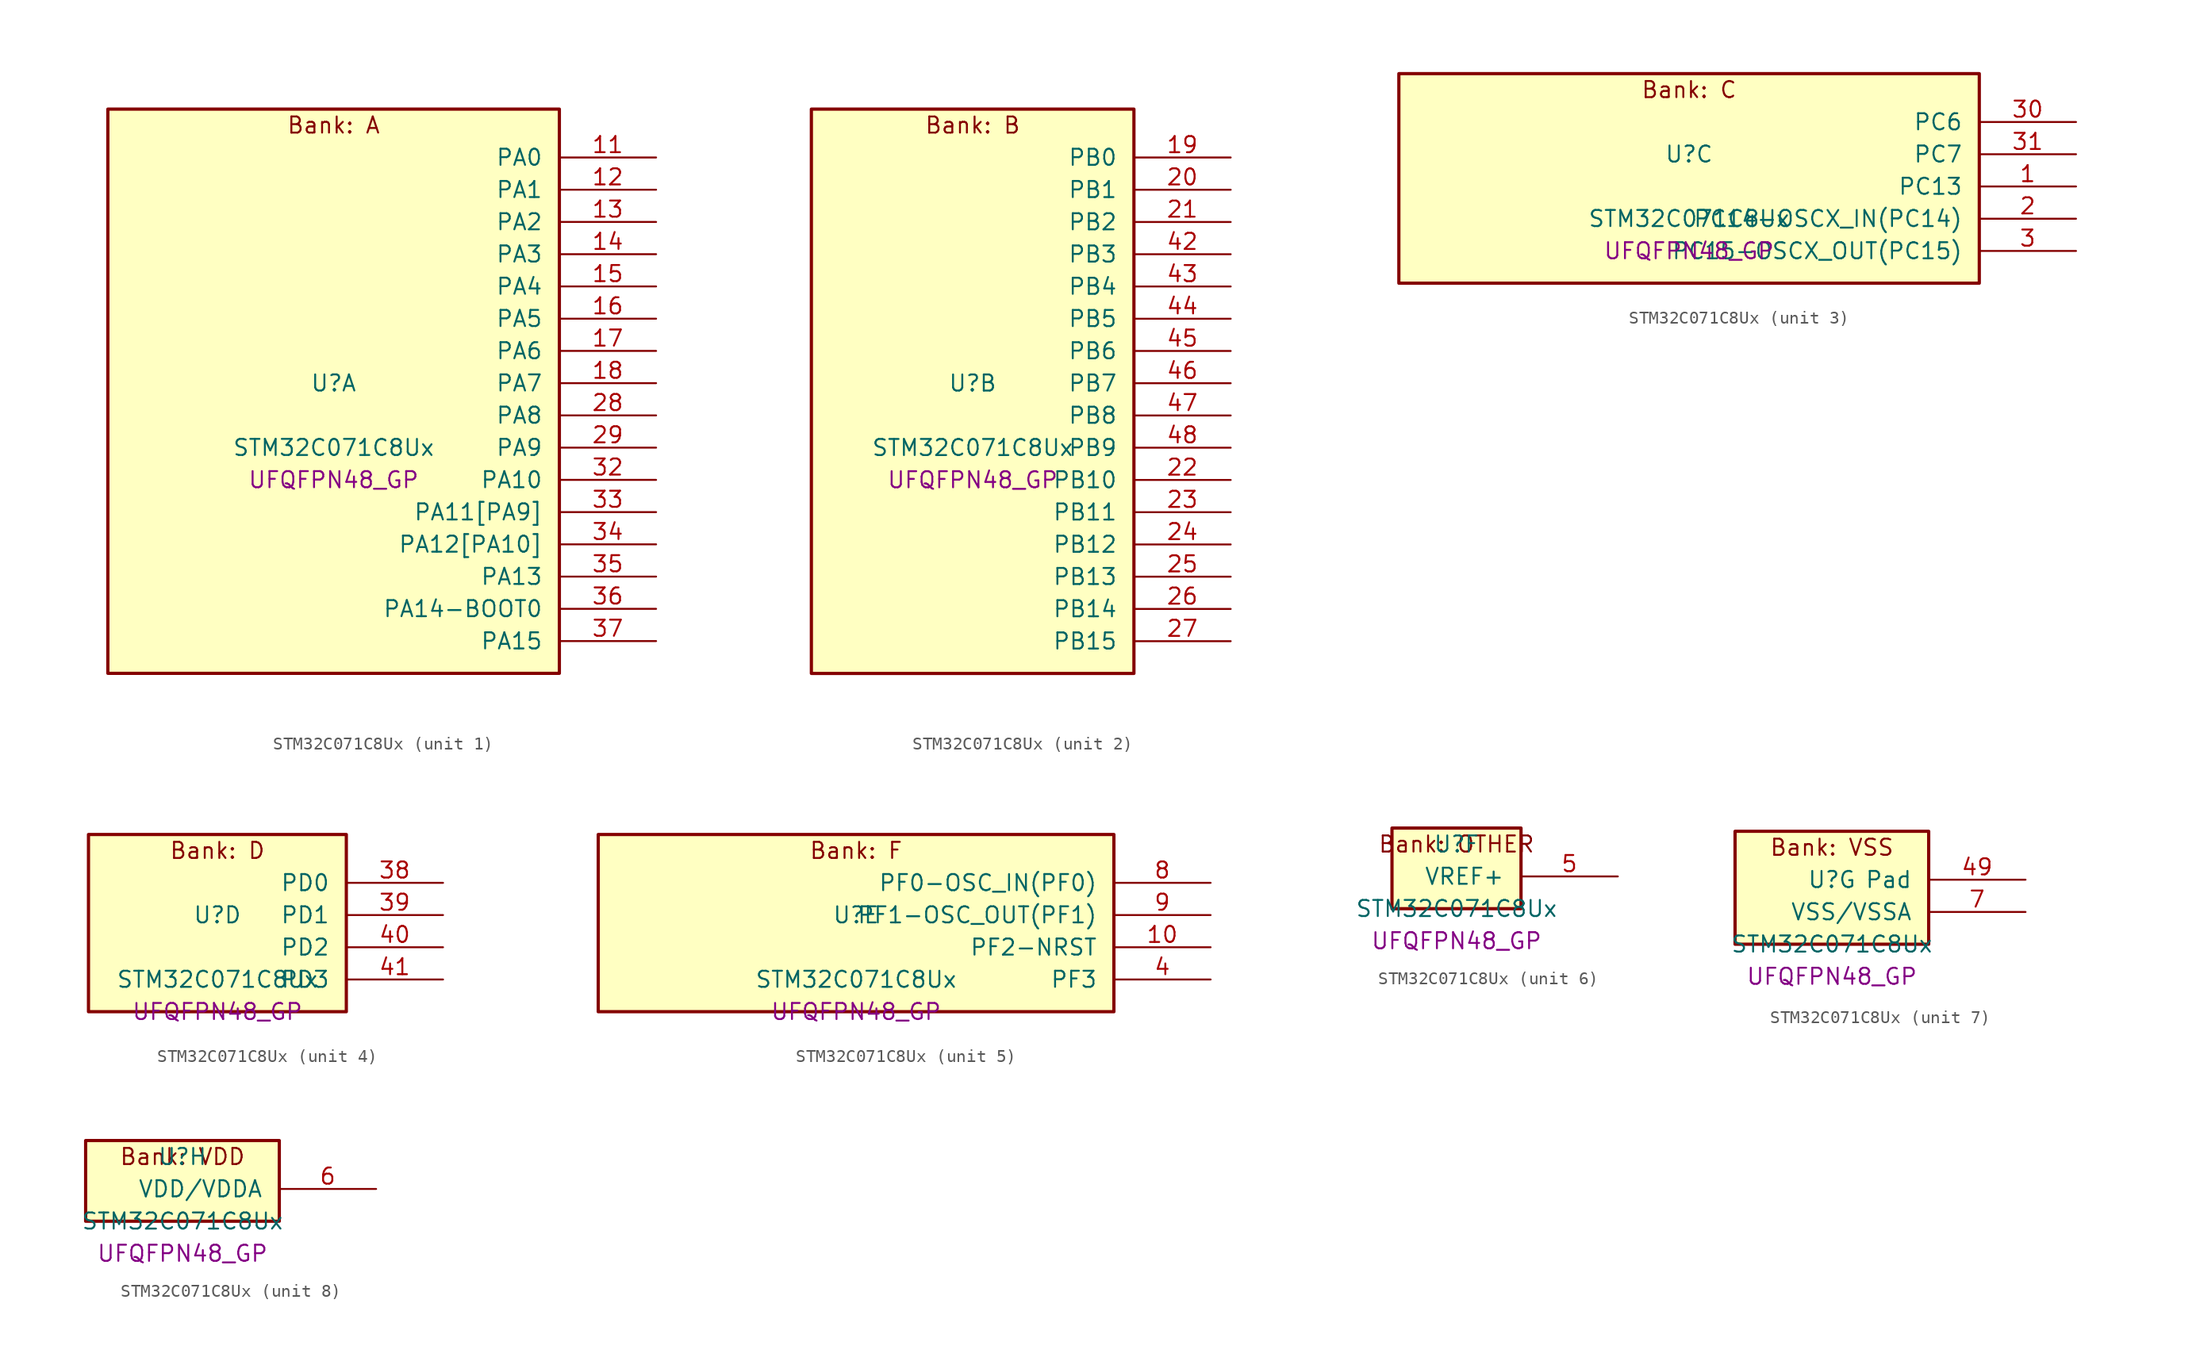
<source format=kicad_sym>
(kicad_symbol_lib
  (version 20241209)
  (generator "stm32_pkl_generator")
  (generator_version "1.0")
  (symbol "STM32C071C8Ux"
    (pin_names
      (offset 1.27))
    (property "Reference" "U"
      (at 0 2.54 0))
    (property "Value" "STM32C071C8Ux"
      (at 0 -2.54 0))
    (property "Footprint" "UFQFPN48_GP"
      (at 0 -5.08 0))
    (symbol "STM32C071C8Ux_1_1"
      (rectangle (start -17.78 24.13) (end 17.78 -20.32) (stroke (width 0.254) (type solid)) (fill (type background)))
      (text "Bank: A" (at 0 22.86 0))
      (pin bidirectional line (at 25.4 20.32 180) (length 7.62) (name "PA0") (number "11") (alternate "PA0/ADC1_IN0" bidirectional line) (alternate "PA0/PWR_WKUP1" bidirectional line) (alternate "PA0/SPI2_SCK" bidirectional line) (alternate "PA0/TIM16_CH1" bidirectional line) (alternate "PA0/TIM1_CH1" bidirectional line) (alternate "PA0/TIM2_CH1" bidirectional line) (alternate "PA0/TIM2_ETR" bidirectional line) (alternate "PA0/USART1_TX" bidirectional line) (alternate "PA0/USART2_CTS" bidirectional line) (alternate "PA0/USART2_NSS" bidirectional line))
      (pin bidirectional line (at 25.4 17.78 180) (length 7.62) (name "PA1") (number "12") (alternate "PA1/ADC1_IN1" bidirectional line) (alternate "PA1/I2C1_SMBA" bidirectional line) (alternate "PA1/I2S1_CK" bidirectional line) (alternate "PA1/SPI1_SCK" bidirectional line) (alternate "PA1/TIM17_CH1" bidirectional line) (alternate "PA1/TIM1_CH2" bidirectional line) (alternate "PA1/TIM2_CH2" bidirectional line) (alternate "PA1/USART1_RX" bidirectional line) (alternate "PA1/USART2_CK" bidirectional line) (alternate "PA1/USART2_DE" bidirectional line) (alternate "PA1/USART2_RTS" bidirectional line))
      (pin bidirectional line (at 25.4 15.24 180) (length 7.62) (name "PA2") (number "13") (alternate "PA2/ADC1_IN2" bidirectional line) (alternate "PA2/I2S1_SD" bidirectional line) (alternate "PA2/PWR_WKUP4" bidirectional line) (alternate "PA2/RCC_LSCO" bidirectional line) (alternate "PA2/SPI1_MOSI" bidirectional line) (alternate "PA2/TIM16_CH1N" bidirectional line) (alternate "PA2/TIM1_CH3" bidirectional line) (alternate "PA2/TIM2_CH3" bidirectional line) (alternate "PA2/TIM3_ETR" bidirectional line) (alternate "PA2/USART2_TX" bidirectional line))
      (pin bidirectional line (at 25.4 12.7 180) (length 7.62) (name "PA3") (number "14") (alternate "PA3/ADC1_IN3" bidirectional line) (alternate "PA3/SPI2_MISO" bidirectional line) (alternate "PA3/TIM1_CH1N" bidirectional line) (alternate "PA3/TIM1_CH4" bidirectional line) (alternate "PA3/TIM2_CH4" bidirectional line) (alternate "PA3/USART2_RX" bidirectional line))
      (pin bidirectional line (at 25.4 10.16 180) (length 7.62) (name "PA4") (number "15") (alternate "PA4/ADC1_IN4" bidirectional line) (alternate "PA4/I2S1_WS" bidirectional line) (alternate "PA4/RTC_OUT2" bidirectional line) (alternate "PA4/SPI1_NSS" bidirectional line) (alternate "PA4/SPI2_MOSI" bidirectional line) (alternate "PA4/TIM14_CH1" bidirectional line) (alternate "PA4/TIM17_CH1N" bidirectional line) (alternate "PA4/TIM1_CH2N" bidirectional line) (alternate "PA4/USART2_TX" bidirectional line) (alternate "PA4/USB_NOE" bidirectional line))
      (pin bidirectional line (at 25.4 7.62 180) (length 7.62) (name "PA5") (number "16") (alternate "PA5/ADC1_IN5" bidirectional line) (alternate "PA5/I2S1_CK" bidirectional line) (alternate "PA5/SPI1_SCK" bidirectional line) (alternate "PA5/TIM1_CH1" bidirectional line) (alternate "PA5/TIM1_CH3N" bidirectional line) (alternate "PA5/TIM2_CH1" bidirectional line) (alternate "PA5/TIM2_ETR" bidirectional line) (alternate "PA5/USART2_RX" bidirectional line))
      (pin bidirectional line (at 25.4 5.08 180) (length 7.62) (name "PA6") (number "17") (alternate "PA6/ADC1_IN6" bidirectional line) (alternate "PA6/I2C2_SDA" bidirectional line) (alternate "PA6/I2S1_MCK" bidirectional line) (alternate "PA6/SPI1_MISO" bidirectional line) (alternate "PA6/TIM16_CH1" bidirectional line) (alternate "PA6/TIM1_BKIN" bidirectional line) (alternate "PA6/TIM3_CH1" bidirectional line))
      (pin bidirectional line (at 25.4 2.54 180) (length 7.62) (name "PA7") (number "18") (alternate "PA7/ADC1_IN7" bidirectional line) (alternate "PA7/I2C2_SCL" bidirectional line) (alternate "PA7/I2S1_SD" bidirectional line) (alternate "PA7/SPI1_MOSI" bidirectional line) (alternate "PA7/TIM14_CH1" bidirectional line) (alternate "PA7/TIM17_CH1" bidirectional line) (alternate "PA7/TIM1_CH1N" bidirectional line) (alternate "PA7/TIM3_CH2" bidirectional line))
      (pin bidirectional line (at 25.4 0 180) (length 7.62) (name "PA8") (number "28") (alternate "PA8/ADC1_IN8" bidirectional line) (alternate "PA8/CRS_SYNC" bidirectional line) (alternate "PA8/I2S1_WS" bidirectional line) (alternate "PA8/RCC_MCO" bidirectional line) (alternate "PA8/RCC_MCO_2" bidirectional line) (alternate "PA8/SPI1_NSS" bidirectional line) (alternate "PA8/SPI2_MISO" bidirectional line) (alternate "PA8/SPI2_NSS" bidirectional line) (alternate "PA8/TIM14_CH1" bidirectional line) (alternate "PA8/TIM1_CH1" bidirectional line) (alternate "PA8/TIM1_CH2N" bidirectional line) (alternate "PA8/TIM1_CH3N" bidirectional line) (alternate "PA8/TIM3_CH3" bidirectional line) (alternate "PA8/TIM3_CH4" bidirectional line) (alternate "PA8/USART1_RX" bidirectional line) (alternate "PA8/USART2_TX" bidirectional line))
      (pin bidirectional line (at 25.4 -2.54 180) (length 7.62) (name "PA9") (number "29") (alternate "PA9/I2C1_SCL" bidirectional line) (alternate "PA9/I2C2_SCL" bidirectional line) (alternate "PA9/RCC_MCO" bidirectional line) (alternate "PA9/SPI2_MISO" bidirectional line) (alternate "PA9/TIM1_CH2" bidirectional line) (alternate "PA9/TIM3_ETR" bidirectional line) (alternate "PA9/USART1_TX" bidirectional line) (alternate "PA9/NC" bidirectional line))
      (pin bidirectional line (at 25.4 -5.08 180) (length 7.62) (name "PA10") (number "32") (alternate "PA10/I2C1_SDA" bidirectional line) (alternate "PA10/I2C2_SDA" bidirectional line) (alternate "PA10/RCC_MCO_2" bidirectional line) (alternate "PA10/SPI2_MOSI" bidirectional line) (alternate "PA10/TIM17_BKIN" bidirectional line) (alternate "PA10/TIM1_CH3" bidirectional line) (alternate "PA10/USART1_RX" bidirectional line) (alternate "PA10/NC" bidirectional line))
      (pin bidirectional line (at 25.4 -7.62 180) (length 7.62) (name "PA11[PA9]") (number "33") (alternate "PA11[PA9]/ADC1_EXTI11" bidirectional line) (alternate "PA11[PA9]/I2C2_SCL" bidirectional line) (alternate "PA11[PA9]/I2S1_MCK" bidirectional line) (alternate "PA11[PA9]/SPI1_MISO" bidirectional line) (alternate "PA11[PA9]/TIM1_BKIN2" bidirectional line) (alternate "PA11[PA9]/TIM1_CH4" bidirectional line) (alternate "PA11[PA9]/USART1_CTS" bidirectional line) (alternate "PA11[PA9]/USART1_NSS" bidirectional line) (alternate "PA11[PA9]/USB_DM" bidirectional line) (alternate "PA11[PA9]/PA9[PA11]" bidirectional line) (alternate "PA11[PA9]/I2C1_SCL" bidirectional line) (alternate "PA11[PA9]/RCC_MCO" bidirectional line) (alternate "PA11[PA9]/SPI2_MISO" bidirectional line) (alternate "PA11[PA9]/TIM1_CH2" bidirectional line) (alternate "PA11[PA9]/TIM3_ETR" bidirectional line) (alternate "PA11[PA9]/USART1_TX" bidirectional line))
      (pin bidirectional line (at 25.4 -10.16 180) (length 7.62) (name "PA12[PA10]") (number "34") (alternate "PA12[PA10]/I2C2_SDA" bidirectional line) (alternate "PA12[PA10]/I2S1_SD" bidirectional line) (alternate "PA12[PA10]/I2S_CKIN" bidirectional line) (alternate "PA12[PA10]/SPI1_MOSI" bidirectional line) (alternate "PA12[PA10]/TIM1_ETR" bidirectional line) (alternate "PA12[PA10]/USART1_CK" bidirectional line) (alternate "PA12[PA10]/USART1_DE" bidirectional line) (alternate "PA12[PA10]/USART1_RTS" bidirectional line) (alternate "PA12[PA10]/USB_DP" bidirectional line) (alternate "PA12[PA10]/PA10[PA12]" bidirectional line) (alternate "PA12[PA10]/I2C1_SDA" bidirectional line) (alternate "PA12[PA10]/RCC_MCO_2" bidirectional line) (alternate "PA12[PA10]/SPI2_MOSI" bidirectional line) (alternate "PA12[PA10]/TIM17_BKIN" bidirectional line) (alternate "PA12[PA10]/TIM1_CH3" bidirectional line) (alternate "PA12[PA10]/USART1_RX" bidirectional line))
      (pin bidirectional line (at 25.4 -12.7 180) (length 7.62) (name "PA13") (number "35") (alternate "PA13/ADC1_IN13" bidirectional line) (alternate "PA13/DEBUG_SWDIO" bidirectional line) (alternate "PA13/IR_OUT" bidirectional line) (alternate "PA13/TIM3_ETR" bidirectional line) (alternate "PA13/USART2_RX" bidirectional line) (alternate "PA13/USB_NOE" bidirectional line))
      (pin bidirectional line (at 25.4 -15.24 180) (length 7.62) (name "PA14-BOOT0") (number "36") (alternate "PA14-BOOT0/ADC1_IN14" bidirectional line) (alternate "PA14-BOOT0/DEBUG_SWCLK" bidirectional line) (alternate "PA14-BOOT0/I2S1_WS" bidirectional line) (alternate "PA14-BOOT0/RCC_MCO_2" bidirectional line) (alternate "PA14-BOOT0/SPI1_NSS" bidirectional line) (alternate "PA14-BOOT0/TIM1_CH1" bidirectional line) (alternate "PA14-BOOT0/USART1_CK" bidirectional line) (alternate "PA14-BOOT0/USART1_DE" bidirectional line) (alternate "PA14-BOOT0/USART1_RTS" bidirectional line) (alternate "PA14-BOOT0/USART2_RX" bidirectional line) (alternate "PA14-BOOT0/USART2_TX" bidirectional line))
      (pin bidirectional line (at 25.4 -17.78 180) (length 7.62) (name "PA15") (number "37") (alternate "PA15/I2S1_WS" bidirectional line) (alternate "PA15/RCC_MCO_2" bidirectional line) (alternate "PA15/SPI1_NSS" bidirectional line) (alternate "PA15/TIM1_CH1" bidirectional line) (alternate "PA15/TIM2_CH1" bidirectional line) (alternate "PA15/TIM2_ETR" bidirectional line) (alternate "PA15/USART1_CK" bidirectional line) (alternate "PA15/USART1_DE" bidirectional line) (alternate "PA15/USART1_RTS" bidirectional line) (alternate "PA15/USART2_RX" bidirectional line) (alternate "PA15/USB_NOE" bidirectional line)))
    (symbol "STM32C071C8Ux_2_1"
      (rectangle (start -12.7 24.13) (end 12.7 -20.32) (stroke (width 0.254) (type solid)) (fill (type background)))
      (text "Bank: B" (at 0 22.86 0))
      (pin bidirectional line (at 20.32 20.32 180) (length 7.62) (name "PB0") (number "19") (alternate "PB0/ADC1_IN17" bidirectional line) (alternate "PB0/I2S1_WS" bidirectional line) (alternate "PB0/SPI1_NSS" bidirectional line) (alternate "PB0/TIM1_CH2N" bidirectional line) (alternate "PB0/TIM3_CH3" bidirectional line))
      (pin bidirectional line (at 20.32 17.78 180) (length 7.62) (name "PB1") (number "20") (alternate "PB1/ADC1_IN18" bidirectional line) (alternate "PB1/TIM14_CH1" bidirectional line) (alternate "PB1/TIM1_CH2N" bidirectional line) (alternate "PB1/TIM1_CH3N" bidirectional line) (alternate "PB1/TIM3_CH4" bidirectional line))
      (pin bidirectional line (at 20.32 15.24 180) (length 7.62) (name "PB2") (number "21") (alternate "PB2/ADC1_IN19" bidirectional line) (alternate "PB2/RCC_MCO_2" bidirectional line) (alternate "PB2/SPI2_MISO" bidirectional line) (alternate "PB2/USART1_RX" bidirectional line))
      (pin bidirectional line (at 20.32 12.7 180) (length 7.62) (name "PB3") (number "42") (alternate "PB3/I2C2_SCL" bidirectional line) (alternate "PB3/I2S1_CK" bidirectional line) (alternate "PB3/SPI1_SCK" bidirectional line) (alternate "PB3/TIM1_CH2" bidirectional line) (alternate "PB3/TIM2_CH2" bidirectional line) (alternate "PB3/TIM3_CH2" bidirectional line) (alternate "PB3/USART1_CK" bidirectional line) (alternate "PB3/USART1_DE" bidirectional line) (alternate "PB3/USART1_RTS" bidirectional line))
      (pin bidirectional line (at 20.32 10.16 180) (length 7.62) (name "PB4") (number "43") (alternate "PB4/I2C2_SDA" bidirectional line) (alternate "PB4/I2S1_MCK" bidirectional line) (alternate "PB4/SPI1_MISO" bidirectional line) (alternate "PB4/TIM17_BKIN" bidirectional line) (alternate "PB4/TIM3_CH1" bidirectional line) (alternate "PB4/USART1_CTS" bidirectional line) (alternate "PB4/USART1_NSS" bidirectional line))
      (pin bidirectional line (at 20.32 7.62 180) (length 7.62) (name "PB5") (number "44") (alternate "PB5/I2C1_SMBA" bidirectional line) (alternate "PB5/I2S1_SD" bidirectional line) (alternate "PB5/PWR_WKUP6" bidirectional line) (alternate "PB5/SPI1_MOSI" bidirectional line) (alternate "PB5/TIM16_BKIN" bidirectional line) (alternate "PB5/TIM3_CH2" bidirectional line) (alternate "PB5/TIM3_CH3" bidirectional line))
      (pin bidirectional line (at 20.32 5.08 180) (length 7.62) (name "PB6") (number "45") (alternate "PB6/I2C1_SCL" bidirectional line) (alternate "PB6/I2C1_SMBA" bidirectional line) (alternate "PB6/I2S1_CK" bidirectional line) (alternate "PB6/I2S1_MCK" bidirectional line) (alternate "PB6/I2S1_SD" bidirectional line) (alternate "PB6/PWR_WKUP3" bidirectional line) (alternate "PB6/SPI1_MISO" bidirectional line) (alternate "PB6/SPI1_MOSI" bidirectional line) (alternate "PB6/SPI1_SCK" bidirectional line) (alternate "PB6/SPI2_MISO" bidirectional line) (alternate "PB6/TIM16_BKIN" bidirectional line) (alternate "PB6/TIM16_CH1N" bidirectional line) (alternate "PB6/TIM17_BKIN" bidirectional line) (alternate "PB6/TIM1_CH2" bidirectional line) (alternate "PB6/TIM1_CH3" bidirectional line) (alternate "PB6/TIM3_CH1" bidirectional line) (alternate "PB6/TIM3_CH2" bidirectional line) (alternate "PB6/TIM3_CH3" bidirectional line) (alternate "PB6/USART1_CTS" bidirectional line) (alternate "PB6/USART1_NSS" bidirectional line) (alternate "PB6/USART1_TX" bidirectional line))
      (pin bidirectional line (at 20.32 2.54 180) (length 7.62) (name "PB7") (number "46") (alternate "PB7/I2C1_SCL" bidirectional line) (alternate "PB7/I2C1_SDA" bidirectional line) (alternate "PB7/SPI2_MOSI" bidirectional line) (alternate "PB7/TIM16_CH1" bidirectional line) (alternate "PB7/TIM17_CH1N" bidirectional line) (alternate "PB7/TIM1_CH4" bidirectional line) (alternate "PB7/TIM3_CH1" bidirectional line) (alternate "PB7/TIM3_CH4" bidirectional line) (alternate "PB7/USART1_RX" bidirectional line) (alternate "PB7/USART2_CTS" bidirectional line) (alternate "PB7/USART2_NSS" bidirectional line))
      (pin bidirectional line (at 20.32 0 180) (length 7.62) (name "PB8") (number "47") (alternate "PB8/I2C1_SCL" bidirectional line) (alternate "PB8/SPI2_SCK" bidirectional line) (alternate "PB8/TIM16_CH1" bidirectional line) (alternate "PB8/TIM3_CH1" bidirectional line) (alternate "PB8/USART2_CTS" bidirectional line) (alternate "PB8/USART2_NSS" bidirectional line))
      (pin bidirectional line (at 20.32 -2.54 180) (length 7.62) (name "PB9") (number "48") (alternate "PB9/I2C1_SDA" bidirectional line) (alternate "PB9/IR_OUT" bidirectional line) (alternate "PB9/SPI2_NSS" bidirectional line) (alternate "PB9/TIM17_CH1" bidirectional line) (alternate "PB9/TIM3_CH2" bidirectional line) (alternate "PB9/USART2_CK" bidirectional line) (alternate "PB9/USART2_DE" bidirectional line) (alternate "PB9/USART2_RTS" bidirectional line))
      (pin bidirectional line (at 20.32 -5.08 180) (length 7.62) (name "PB10") (number "22") (alternate "PB10/ADC1_IN20" bidirectional line) (alternate "PB10/I2C2_SCL" bidirectional line) (alternate "PB10/SPI2_SCK" bidirectional line) (alternate "PB10/TIM2_CH3" bidirectional line))
      (pin bidirectional line (at 20.32 -7.62 180) (length 7.62) (name "PB11") (number "23") (alternate "PB11/ADC1_EXTI11" bidirectional line) (alternate "PB11/ADC1_IN21" bidirectional line) (alternate "PB11/I2C2_SDA" bidirectional line) (alternate "PB11/SPI2_MOSI" bidirectional line) (alternate "PB11/TIM2_CH4" bidirectional line))
      (pin bidirectional line (at 20.32 -10.16 180) (length 7.62) (name "PB12") (number "24") (alternate "PB12/ADC1_IN22" bidirectional line) (alternate "PB12/SPI2_NSS" bidirectional line) (alternate "PB12/TIM1_BKIN" bidirectional line) (alternate "PB12/TIM1_BKIN2" bidirectional line))
      (pin bidirectional line (at 20.32 -12.7 180) (length 7.62) (name "PB13") (number "25") (alternate "PB13/I2C2_SCL" bidirectional line) (alternate "PB13/SPI2_SCK" bidirectional line) (alternate "PB13/TIM1_CH1N" bidirectional line))
      (pin bidirectional line (at 20.32 -15.24 180) (length 7.62) (name "PB14") (number "26") (alternate "PB14/I2C2_SDA" bidirectional line) (alternate "PB14/SPI2_MISO" bidirectional line) (alternate "PB14/TIM1_CH2N" bidirectional line))
      (pin bidirectional line (at 20.32 -17.78 180) (length 7.62) (name "PB15") (number "27") (alternate "PB15/RTC_REFIN" bidirectional line) (alternate "PB15/SPI2_MOSI" bidirectional line) (alternate "PB15/TIM1_CH3N" bidirectional line)))
    (symbol "STM32C071C8Ux_3_1"
      (rectangle (start -22.86 8.89) (end 22.86 -7.62) (stroke (width 0.254) (type solid)) (fill (type background)))
      (text "Bank: C" (at 0 7.62 0))
      (pin bidirectional line (at 30.48 5.08 180) (length 7.62) (name "PC6") (number "30") (alternate "PC6/TIM2_CH3" bidirectional line) (alternate "PC6/TIM3_CH1" bidirectional line))
      (pin bidirectional line (at 30.48 2.54 180) (length 7.62) (name "PC7") (number "31") (alternate "PC7/TIM2_CH4" bidirectional line) (alternate "PC7/TIM3_CH2" bidirectional line))
      (pin bidirectional line (at 30.48 0 180) (length 7.62) (name "PC13") (number "1") (alternate "PC13/PWR_WKUP2" bidirectional line) (alternate "PC13/RTC_OUT1" bidirectional line) (alternate "PC13/RTC_TS" bidirectional line) (alternate "PC13/TIM1_BKIN" bidirectional line) (alternate "PC13/TIM1_ETR" bidirectional line))
      (pin bidirectional line (at 30.48 -2.54 180) (length 7.62) (name "PC14-OSCX_IN(PC14)") (number "2") (alternate "PC14-OSCX_IN(PC14)/I2C1_SDA" bidirectional line) (alternate "PC14-OSCX_IN(PC14)/IR_OUT" bidirectional line) (alternate "PC14-OSCX_IN(PC14)/RCC_OSCX_IN" bidirectional line) (alternate "PC14-OSCX_IN(PC14)/SPI2_NSS" bidirectional line) (alternate "PC14-OSCX_IN(PC14)/TIM17_CH1" bidirectional line) (alternate "PC14-OSCX_IN(PC14)/TIM1_BKIN2" bidirectional line) (alternate "PC14-OSCX_IN(PC14)/TIM1_ETR" bidirectional line) (alternate "PC14-OSCX_IN(PC14)/TIM3_CH2" bidirectional line) (alternate "PC14-OSCX_IN(PC14)/USART1_TX" bidirectional line) (alternate "PC14-OSCX_IN(PC14)/USART2_CK" bidirectional line) (alternate "PC14-OSCX_IN(PC14)/USART2_DE" bidirectional line) (alternate "PC14-OSCX_IN(PC14)/USART2_RTS" bidirectional line))
      (pin bidirectional line (at 30.48 -5.08 180) (length 7.62) (name "PC15-OSCX_OUT(PC15)") (number "3") (alternate "PC15-OSCX_OUT(PC15)/RCC_OSC32_EN" bidirectional line) (alternate "PC15-OSCX_OUT(PC15)/RCC_OSCX_OUT" bidirectional line) (alternate "PC15-OSCX_OUT(PC15)/RCC_OSC_EN" bidirectional line) (alternate "PC15-OSCX_OUT(PC15)/TIM1_ETR" bidirectional line) (alternate "PC15-OSCX_OUT(PC15)/TIM3_CH3" bidirectional line)))
    (symbol "STM32C071C8Ux_4_1"
      (rectangle (start -10.16 8.89) (end 10.16 -5.08) (stroke (width 0.254) (type solid)) (fill (type background)))
      (text "Bank: D" (at 0 7.62 0))
      (pin bidirectional line (at 17.78 5.08 180) (length 7.62) (name "PD0") (number "38") (alternate "PD0/SPI2_NSS" bidirectional line) (alternate "PD0/TIM16_CH1" bidirectional line))
      (pin bidirectional line (at 17.78 2.54 180) (length 7.62) (name "PD1") (number "39") (alternate "PD1/SPI2_SCK" bidirectional line) (alternate "PD1/TIM17_CH1" bidirectional line))
      (pin bidirectional line (at 17.78 0 180) (length 7.62) (name "PD2") (number "40") (alternate "PD2/TIM1_CH1N" bidirectional line) (alternate "PD2/TIM3_ETR" bidirectional line))
      (pin bidirectional line (at 17.78 -2.54 180) (length 7.62) (name "PD3") (number "41") (alternate "PD3/SPI2_MISO" bidirectional line) (alternate "PD3/TIM1_CH2N" bidirectional line) (alternate "PD3/USART2_CTS" bidirectional line) (alternate "PD3/USART2_NSS" bidirectional line)))
    (symbol "STM32C071C8Ux_5_1"
      (rectangle (start -20.32 8.89) (end 20.32 -5.08) (stroke (width 0.254) (type solid)) (fill (type background)))
      (text "Bank: F" (at 0 7.62 0))
      (pin bidirectional line (at 27.94 5.08 180) (length 7.62) (name "PF0-OSC_IN(PF0)") (number "8") (alternate "PF0-OSC_IN(PF0)/CRS_SYNC" bidirectional line) (alternate "PF0-OSC_IN(PF0)/RCC_OSC_IN" bidirectional line) (alternate "PF0-OSC_IN(PF0)/TIM14_CH1" bidirectional line))
      (pin bidirectional line (at 27.94 2.54 180) (length 7.62) (name "PF1-OSC_OUT(PF1)") (number "9") (alternate "PF1-OSC_OUT(PF1)/RCC_OSC_EN" bidirectional line) (alternate "PF1-OSC_OUT(PF1)/RCC_OSC_OUT" bidirectional line))
      (pin bidirectional line (at 27.94 0 180) (length 7.62) (name "PF2-NRST") (number "10") (alternate "PF2-NRST/RCC_MCO" bidirectional line) (alternate "PF2-NRST/TIM1_CH4" bidirectional line))
      (pin bidirectional line (at 27.94 -2.54 180) (length 7.62) (name "PF3") (number "4")))
    (symbol "STM32C071C8Ux_6_1"
      (rectangle (start -5.08 3.81) (end 5.08 -2.54) (stroke (width 0.254) (type solid)) (fill (type background)))
      (text "Bank: OTHER" (at 0 2.54 0))
      (pin bidirectional line (at 12.7 0 180) (length 7.62) (name "VREF+") (number "5")))
    (symbol "STM32C071C8Ux_7_1"
      (rectangle (start -7.62 6.35) (end 7.62 -2.54) (stroke (width 0.254) (type solid)) (fill (type background)))
      (text "Bank: VSS" (at 0 5.08 0))
      (pin passive line (at 15.24 2.54 180) (length 7.62) (name "Pad") (number "49"))
      (pin power_in line (at 15.24 0 180) (length 7.62) (name "VSS/VSSA") (number "7")))
    (symbol "STM32C071C8Ux_8_1"
      (rectangle (start -7.62 3.81) (end 7.62 -2.54) (stroke (width 0.254) (type solid)) (fill (type background)))
      (text "Bank: VDD" (at 0 2.54 0))
      (pin power_in line (at 15.24 0 180) (length 7.62) (name "VDD/VDDA") (number "6")))))
</source>
